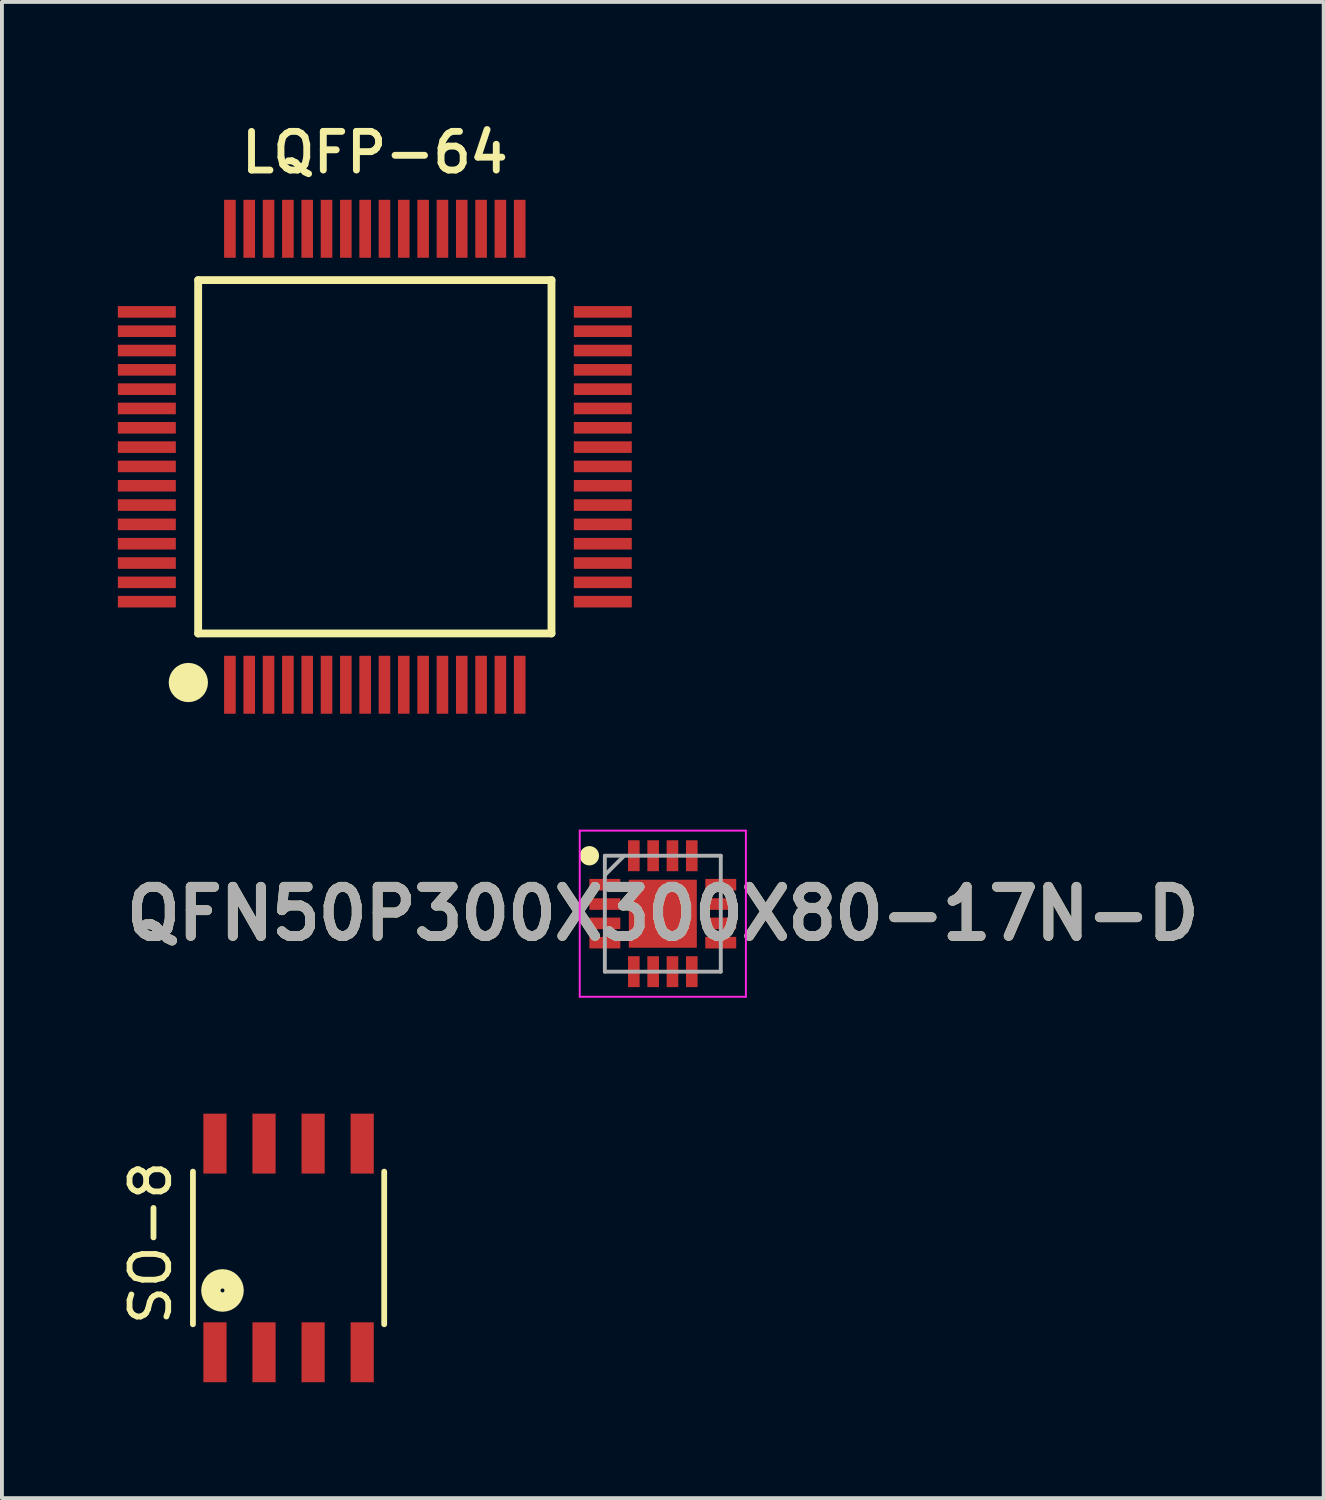
<source format=kicad_pcb>
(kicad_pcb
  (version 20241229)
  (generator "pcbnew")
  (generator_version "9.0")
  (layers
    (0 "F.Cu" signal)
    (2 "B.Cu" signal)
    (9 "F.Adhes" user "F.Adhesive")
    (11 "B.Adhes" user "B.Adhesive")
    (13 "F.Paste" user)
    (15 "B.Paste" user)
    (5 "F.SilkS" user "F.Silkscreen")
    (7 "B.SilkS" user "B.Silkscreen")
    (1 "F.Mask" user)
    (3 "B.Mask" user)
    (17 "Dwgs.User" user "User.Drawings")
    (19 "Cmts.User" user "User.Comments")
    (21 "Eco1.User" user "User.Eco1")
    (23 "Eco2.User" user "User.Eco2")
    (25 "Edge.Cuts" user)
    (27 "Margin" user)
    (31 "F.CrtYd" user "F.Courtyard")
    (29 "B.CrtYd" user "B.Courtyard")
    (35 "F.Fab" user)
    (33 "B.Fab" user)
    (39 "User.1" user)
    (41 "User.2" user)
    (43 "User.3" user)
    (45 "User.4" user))
  (footprint "LQFP-64"
    (layer "F.Cu")
    (at 6.65 8.771)
    (property "Reference" "LQFP-64" (at 0 -7.874 0) (layer "F.SilkS") (effects (font (size 1 1) (thickness 0.178))))
    (attr smd allow_soldermask_bridges)
    (fp_line (start -4.572 -4.572) (end -4.572 4.572) (stroke (width 0.203) (type solid)) (layer "F.SilkS"))
    (fp_line (start -4.572 4.572) (end 4.572 4.572) (stroke (width 0.203) (type solid)) (layer "F.SilkS"))
    (fp_line (start 4.572 -4.572) (end -4.572 -4.572) (stroke (width 0.203) (type solid)) (layer "F.SilkS"))
    (fp_line (start 4.572 4.572) (end 4.572 -4.572) (stroke (width 0.203) (type solid)) (layer "F.SilkS"))
    (fp_circle (center -4.826 5.842) (end -4.572 5.842) (stroke (width 0.508) (type solid)) (fill no) (layer "F.SilkS"))
    (pad "1" smd rect (at -3.75 5.9) (size 0.3 1.5) (layers "F.Cu" "F.Mask" "F.Paste"))
    (pad "2" smd rect (at -3.25 5.9) (size 0.3 1.5) (layers "F.Cu" "F.Mask" "F.Paste"))
    (pad "3" smd rect (at -2.75 5.9) (size 0.3 1.5) (layers "F.Cu" "F.Mask" "F.Paste"))
    (pad "4" smd rect (at -2.25 5.9) (size 0.3 1.5) (layers "F.Cu" "F.Mask" "F.Paste"))
    (pad "5" smd rect (at -1.75 5.9) (size 0.3 1.5) (layers "F.Cu" "F.Mask" "F.Paste"))
    (pad "6" smd rect (at -1.25 5.9) (size 0.3 1.5) (layers "F.Cu" "F.Mask" "F.Paste"))
    (pad "7" smd rect (at -0.75 5.9) (size 0.3 1.5) (layers "F.Cu" "F.Mask" "F.Paste"))
    (pad "8" smd rect (at -0.25 5.9) (size 0.3 1.5) (layers "F.Cu" "F.Mask" "F.Paste"))
    (pad "9" smd rect (at 0.25 5.9) (size 0.3 1.5) (layers "F.Cu" "F.Mask" "F.Paste"))
    (pad "10" smd rect (at 0.75 5.9) (size 0.3 1.5) (layers "F.Cu" "F.Mask" "F.Paste"))
    (pad "11" smd rect (at 1.25 5.9) (size 0.3 1.5) (layers "F.Cu" "F.Mask" "F.Paste"))
    (pad "12" smd rect (at 1.75 5.9) (size 0.3 1.5) (layers "F.Cu" "F.Mask" "F.Paste"))
    (pad "13" smd rect (at 2.25 5.9) (size 0.3 1.5) (layers "F.Cu" "F.Mask" "F.Paste"))
    (pad "14" smd rect (at 2.75 5.9) (size 0.3 1.5) (layers "F.Cu" "F.Mask" "F.Paste"))
    (pad "15" smd rect (at 3.25 5.9) (size 0.3 1.5) (layers "F.Cu" "F.Mask" "F.Paste"))
    (pad "16" smd rect (at 3.75 5.9) (size 0.3 1.5) (layers "F.Cu" "F.Mask" "F.Paste"))
    (pad "17" smd rect (at 5.9 3.75) (size 1.5 0.3) (layers "F.Cu" "F.Mask" "F.Paste"))
    (pad "18" smd rect (at 5.9 3.25) (size 1.5 0.3) (layers "F.Cu" "F.Mask" "F.Paste"))
    (pad "19" smd rect (at 5.9 2.75) (size 1.5 0.3) (layers "F.Cu" "F.Mask" "F.Paste"))
    (pad "20" smd rect (at 5.9 2.25) (size 1.5 0.3) (layers "F.Cu" "F.Mask" "F.Paste"))
    (pad "21" smd rect (at 5.9 1.75) (size 1.5 0.3) (layers "F.Cu" "F.Mask" "F.Paste"))
    (pad "22" smd rect (at 5.9 1.25) (size 1.5 0.3) (layers "F.Cu" "F.Mask" "F.Paste"))
    (pad "23" smd rect (at 5.9 0.75) (size 1.5 0.3) (layers "F.Cu" "F.Mask" "F.Paste"))
    (pad "24" smd rect (at 5.9 0.25) (size 1.5 0.3) (layers "F.Cu" "F.Mask" "F.Paste"))
    (pad "25" smd rect (at 5.9 -0.25) (size 1.5 0.3) (layers "F.Cu" "F.Mask" "F.Paste"))
    (pad "26" smd rect (at 5.9 -0.75) (size 1.5 0.3) (layers "F.Cu" "F.Mask" "F.Paste"))
    (pad "27" smd rect (at 5.9 -1.25) (size 1.5 0.3) (layers "F.Cu" "F.Mask" "F.Paste"))
    (pad "28" smd rect (at 5.9 -1.75) (size 1.5 0.3) (layers "F.Cu" "F.Mask" "F.Paste"))
    (pad "29" smd rect (at 5.9 -2.25) (size 1.5 0.3) (layers "F.Cu" "F.Mask" "F.Paste"))
    (pad "30" smd rect (at 5.9 -2.75) (size 1.5 0.3) (layers "F.Cu" "F.Mask" "F.Paste"))
    (pad "31" smd rect (at 5.9 -3.25) (size 1.5 0.3) (layers "F.Cu" "F.Mask" "F.Paste"))
    (pad "32" smd rect (at 5.9 -3.75) (size 1.5 0.3) (layers "F.Cu" "F.Mask" "F.Paste"))
    (pad "33" smd rect (at 3.75 -5.9) (size 0.3 1.5) (layers "F.Cu" "F.Mask" "F.Paste"))
    (pad "34" smd rect (at 3.25 -5.9) (size 0.3 1.5) (layers "F.Cu" "F.Mask" "F.Paste"))
    (pad "35" smd rect (at 2.75 -5.9) (size 0.3 1.5) (layers "F.Cu" "F.Mask" "F.Paste"))
    (pad "36" smd rect (at 2.25 -5.9) (size 0.3 1.5) (layers "F.Cu" "F.Mask" "F.Paste"))
    (pad "37" smd rect (at 1.75 -5.9) (size 0.3 1.5) (layers "F.Cu" "F.Mask" "F.Paste"))
    (pad "38" smd rect (at 1.25 -5.9) (size 0.3 1.5) (layers "F.Cu" "F.Mask" "F.Paste"))
    (pad "39" smd rect (at 0.75 -5.9) (size 0.3 1.5) (layers "F.Cu" "F.Mask" "F.Paste"))
    (pad "40" smd rect (at 0.25 -5.9) (size 0.3 1.5) (layers "F.Cu" "F.Mask" "F.Paste"))
    (pad "41" smd rect (at -0.25 -5.9) (size 0.3 1.5) (layers "F.Cu" "F.Mask" "F.Paste"))
    (pad "42" smd rect (at -0.75 -5.9) (size 0.3 1.5) (layers "F.Cu" "F.Mask" "F.Paste"))
    (pad "43" smd rect (at -1.25 -5.9) (size 0.3 1.5) (layers "F.Cu" "F.Mask" "F.Paste"))
    (pad "44" smd rect (at -1.75 -5.9) (size 0.3 1.5) (layers "F.Cu" "F.Mask" "F.Paste"))
    (pad "45" smd rect (at -2.25 -5.9) (size 0.3 1.5) (layers "F.Cu" "F.Mask" "F.Paste"))
    (pad "46" smd rect (at -2.75 -5.9) (size 0.3 1.5) (layers "F.Cu" "F.Mask" "F.Paste"))
    (pad "47" smd rect (at -3.25 -5.9) (size 0.3 1.5) (layers "F.Cu" "F.Mask" "F.Paste"))
    (pad "48" smd rect (at -3.75 -5.9) (size 0.3 1.5) (layers "F.Cu" "F.Mask" "F.Paste"))
    (pad "49" smd rect (at -5.9 -3.75) (size 1.5 0.3) (layers "F.Cu" "F.Mask" "F.Paste"))
    (pad "50" smd rect (at -5.9 -3.25) (size 1.5 0.3) (layers "F.Cu" "F.Mask" "F.Paste"))
    (pad "51" smd rect (at -5.9 -2.75) (size 1.5 0.3) (layers "F.Cu" "F.Mask" "F.Paste"))
    (pad "52" smd rect (at -5.9 -2.25) (size 1.5 0.3) (layers "F.Cu" "F.Mask" "F.Paste"))
    (pad "53" smd rect (at -5.9 -1.75) (size 1.5 0.3) (layers "F.Cu" "F.Mask" "F.Paste"))
    (pad "54" smd rect (at -5.9 -1.25) (size 1.5 0.3) (layers "F.Cu" "F.Mask" "F.Paste"))
    (pad "55" smd rect (at -5.9 -0.75) (size 1.5 0.3) (layers "F.Cu" "F.Mask" "F.Paste"))
    (pad "56" smd rect (at -5.9 -0.25) (size 1.5 0.3) (layers "F.Cu" "F.Mask" "F.Paste"))
    (pad "57" smd rect (at -5.9 0.25) (size 1.5 0.3) (layers "F.Cu" "F.Mask" "F.Paste"))
    (pad "58" smd rect (at -5.9 0.75) (size 1.5 0.3) (layers "F.Cu" "F.Mask" "F.Paste"))
    (pad "59" smd rect (at -5.9 1.25) (size 1.5 0.3) (layers "F.Cu" "F.Mask" "F.Paste"))
    (pad "60" smd rect (at -5.9 1.75) (size 1.5 0.3) (layers "F.Cu" "F.Mask" "F.Paste"))
    (pad "61" smd rect (at -5.9 2.25) (size 1.5 0.3) (layers "F.Cu" "F.Mask" "F.Paste"))
    (pad "62" smd rect (at -5.9 2.75) (size 1.5 0.3) (layers "F.Cu" "F.Mask" "F.Paste"))
    (pad "63" smd rect (at -5.9 3.25) (size 1.5 0.3) (layers "F.Cu" "F.Mask" "F.Paste"))
    (pad "64" smd rect (at -5.9 3.75) (size 1.5 0.3) (layers "F.Cu" "F.Mask" "F.Paste")))
  (footprint "SO-8"
    (layer "F.Cu")
    (at 4.418 29.246)
    (property "Reference" "SO-8" (at -3.57 -0.13 90) (layer "F.SilkS") (effects (font (size 1 1) (thickness 0.15))))
    (attr through_hole)
    (fp_line (start -2.475 1.975) (end -2.475 -1.975) (stroke (width 0.15) (type solid)) (layer "F.SilkS"))
    (fp_line (start 2.475 1.975) (end 2.475 -1.975) (stroke (width 0.15) (type solid)) (layer "F.SilkS"))
    (fp_circle (center -1.71 1.1) (end -1.72 1.15) (stroke (width 0.5) (type solid)) (fill no) (layer "F.SilkS"))
    (pad "1" smd rect (at -1.905 2.7) (size 0.6 1.55) (layers "F.Cu" "F.Mask" "F.Paste"))
    (pad "2" smd rect (at -0.635 2.7) (size 0.6 1.55) (layers "F.Cu" "F.Mask" "F.Paste"))
    (pad "3" smd rect (at 0.635 2.7) (size 0.6 1.55) (layers "F.Cu" "F.Mask" "F.Paste"))
    (pad "4" smd rect (at 1.905 2.7) (size 0.6 1.55) (layers "F.Cu" "F.Mask" "F.Paste"))
    (pad "5" smd rect (at 1.905 -2.7) (size 0.6 1.55) (layers "F.Cu" "F.Mask" "F.Paste"))
    (pad "6" smd rect (at 0.635 -2.7) (size 0.6 1.55) (layers "F.Cu" "F.Mask" "F.Paste"))
    (pad "7" smd rect (at -0.635 -2.7) (size 0.6 1.55) (layers "F.Cu" "F.Mask" "F.Paste"))
    (pad "8" smd rect (at -1.905 -2.7) (size 0.6 1.55) (layers "F.Cu" "F.Mask" "F.Paste")))
  (footprint "QFN50P300X300X80-17N-D"
    (layer "F.Cu")
    (at 14.103 20.596)
    (property "Reference" "QFN50P300X300X80-17N-D" (at 0 0 0) (layer "F.SilkS") (effects (font (size 1.27 1.27) (thickness 0.254))))
    (attr smd)
    (fp_circle (center -1.9 -1.5) (end -1.9 -1.375) (stroke (width 0.25) (type solid)) (fill no) (layer "F.SilkS"))
    (fp_line (start -2.15 -2.15) (end 2.15 -2.15) (stroke (width 0.05) (type solid)) (layer "F.CrtYd"))
    (fp_line (start -2.15 2.15) (end -2.15 -2.15) (stroke (width 0.05) (type solid)) (layer "F.CrtYd"))
    (fp_line (start 2.15 -2.15) (end 2.15 2.15) (stroke (width 0.05) (type solid)) (layer "F.CrtYd"))
    (fp_line (start 2.15 2.15) (end -2.15 2.15) (stroke (width 0.05) (type solid)) (layer "F.CrtYd"))
    (fp_line (start -1.5 -1.5) (end 1.5 -1.5) (stroke (width 0.1) (type solid)) (layer "F.Fab"))
    (fp_line (start -1.5 -1) (end -1 -1.5) (stroke (width 0.1) (type solid)) (layer "F.Fab"))
    (fp_line (start -1.5 1.5) (end -1.5 -1.5) (stroke (width 0.1) (type solid)) (layer "F.Fab"))
    (fp_line (start 1.5 -1.5) (end 1.5 1.5) (stroke (width 0.1) (type solid)) (layer "F.Fab"))
    (fp_line (start 1.5 1.5) (end -1.5 1.5) (stroke (width 0.1) (type solid)) (layer "F.Fab"))
    (fp_text user "${REFERENCE}" (at 0 0 0) (layer "F.Fab") (effects (font (size 1.27 1.27) (thickness 0.254))))
    (pad "1" smd rect (at -1.5 -0.75 90) (size 0.3 0.8) (layers "F.Cu" "F.Mask" "F.Paste"))
    (pad "2" smd rect (at -1.5 -0.25 90) (size 0.3 0.8) (layers "F.Cu" "F.Mask" "F.Paste"))
    (pad "3" smd rect (at -1.5 0.25 90) (size 0.3 0.8) (layers "F.Cu" "F.Mask" "F.Paste"))
    (pad "4" smd rect (at -1.5 0.75 90) (size 0.3 0.8) (layers "F.Cu" "F.Mask" "F.Paste"))
    (pad "5" smd rect (at -0.75 1.5) (size 0.3 0.8) (layers "F.Cu" "F.Mask" "F.Paste"))
    (pad "6" smd rect (at -0.25 1.5) (size 0.3 0.8) (layers "F.Cu" "F.Mask" "F.Paste"))
    (pad "7" smd rect (at 0.25 1.5) (size 0.3 0.8) (layers "F.Cu" "F.Mask" "F.Paste"))
    (pad "8" smd rect (at 0.75 1.5) (size 0.3 0.8) (layers "F.Cu" "F.Mask" "F.Paste"))
    (pad "9" smd rect (at 1.5 0.75 90) (size 0.3 0.8) (layers "F.Cu" "F.Mask" "F.Paste"))
    (pad "10" smd rect (at 1.5 0.25 90) (size 0.3 0.8) (layers "F.Cu" "F.Mask" "F.Paste"))
    (pad "11" smd rect (at 1.5 -0.25 90) (size 0.3 0.8) (layers "F.Cu" "F.Mask" "F.Paste"))
    (pad "12" smd rect (at 1.5 -0.75 90) (size 0.3 0.8) (layers "F.Cu" "F.Mask" "F.Paste"))
    (pad "13" smd rect (at 0.75 -1.5) (size 0.3 0.8) (layers "F.Cu" "F.Mask" "F.Paste"))
    (pad "14" smd rect (at 0.25 -1.5) (size 0.3 0.8) (layers "F.Cu" "F.Mask" "F.Paste"))
    (pad "15" smd rect (at -0.25 -1.5) (size 0.3 0.8) (layers "F.Cu" "F.Mask" "F.Paste"))
    (pad "16" smd rect (at -0.75 -1.5) (size 0.3 0.8) (layers "F.Cu" "F.Mask" "F.Paste"))
    (pad "17" smd rect (at 0 0) (size 1.76 1.76) (layers "F.Cu" "F.Mask" "F.Paste")))
  (gr_rect
    (start -3 -3)
    (end 31.206 35.721)
    (stroke (width 0.1) (type default))
    (fill no)
    (layer "Edge.Cuts")))
</source>
